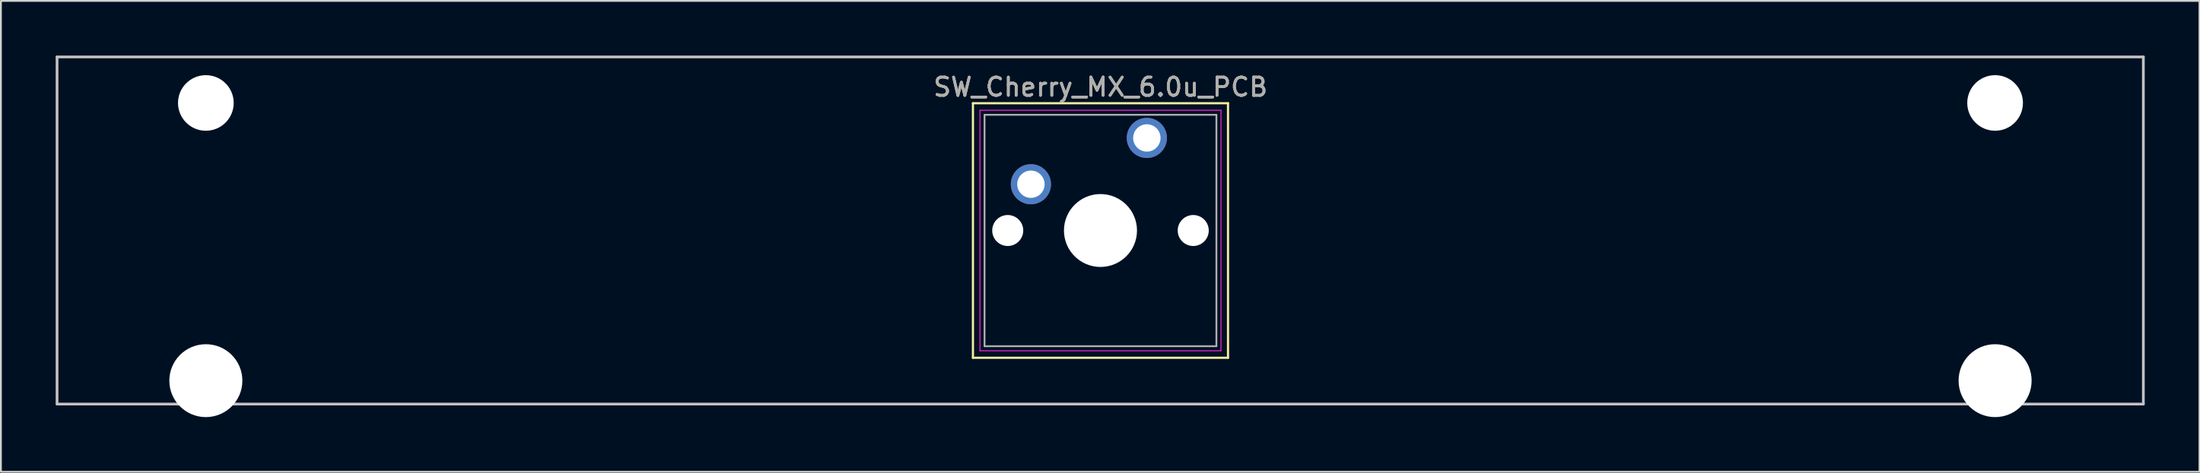
<source format=kicad_pcb>
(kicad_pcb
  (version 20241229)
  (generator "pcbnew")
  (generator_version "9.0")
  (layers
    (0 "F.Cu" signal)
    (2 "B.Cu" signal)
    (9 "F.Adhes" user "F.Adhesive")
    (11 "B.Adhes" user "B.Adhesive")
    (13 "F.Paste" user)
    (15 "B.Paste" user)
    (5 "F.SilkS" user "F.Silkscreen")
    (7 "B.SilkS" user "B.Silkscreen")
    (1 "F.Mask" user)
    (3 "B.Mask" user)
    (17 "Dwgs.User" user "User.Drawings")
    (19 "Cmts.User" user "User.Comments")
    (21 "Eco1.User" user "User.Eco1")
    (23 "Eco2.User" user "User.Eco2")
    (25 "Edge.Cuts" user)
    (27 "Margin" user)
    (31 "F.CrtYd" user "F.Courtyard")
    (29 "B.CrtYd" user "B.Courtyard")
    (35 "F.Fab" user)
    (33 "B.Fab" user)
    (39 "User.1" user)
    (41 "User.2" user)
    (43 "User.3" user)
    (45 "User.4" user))
  (footprint "SW_Cherry_MX_6.0u_PCB"
    (layer "F.Cu")
    (at 59.765 4.52)
    (property "Reference" "SW_Cherry_MX_6.0u_PCB" (at -2.54 -2.794 0) (layer "F.SilkS") (effects (font (size 1 1) (thickness 0.15))))
    (attr through_hole)
    (fp_line (start -9.525 -1.905) (end 4.445 -1.905) (stroke (width 0.12) (type solid)) (layer "F.SilkS"))
    (fp_line (start -9.525 12.065) (end -9.525 -1.905) (stroke (width 0.12) (type solid)) (layer "F.SilkS"))
    (fp_line (start 4.445 -1.905) (end 4.445 12.065) (stroke (width 0.12) (type solid)) (layer "F.SilkS"))
    (fp_line (start 4.445 12.065) (end -9.525 12.065) (stroke (width 0.12) (type solid)) (layer "F.SilkS"))
    (fp_line (start -59.69 -4.445) (end 54.58 -4.445) (stroke (width 0.15) (type solid)) (layer "Dwgs.User"))
    (fp_line (start -59.69 14.605) (end -59.69 -4.445) (stroke (width 0.15) (type solid)) (layer "Dwgs.User"))
    (fp_line (start 54.58 -4.445) (end 54.58 14.605) (stroke (width 0.15) (type solid)) (layer "Dwgs.User"))
    (fp_line (start 54.58 14.605) (end -59.69 14.605) (stroke (width 0.15) (type solid)) (layer "Dwgs.User"))
    (fp_line (start -9.14 -1.52) (end 4.06 -1.52) (stroke (width 0.05) (type solid)) (layer "F.CrtYd"))
    (fp_line (start -9.14 11.68) (end -9.14 -1.52) (stroke (width 0.05) (type solid)) (layer "F.CrtYd"))
    (fp_line (start 4.06 -1.52) (end 4.06 11.68) (stroke (width 0.05) (type solid)) (layer "F.CrtYd"))
    (fp_line (start 4.06 11.68) (end -9.14 11.68) (stroke (width 0.05) (type solid)) (layer "F.CrtYd"))
    (fp_line (start -8.89 -1.27) (end 3.81 -1.27) (stroke (width 0.1) (type solid)) (layer "F.Fab"))
    (fp_line (start -8.89 11.43) (end -8.89 -1.27) (stroke (width 0.1) (type solid)) (layer "F.Fab"))
    (fp_line (start 3.81 -1.27) (end 3.81 11.43) (stroke (width 0.1) (type solid)) (layer "F.Fab"))
    (fp_line (start 3.81 11.43) (end -8.89 11.43) (stroke (width 0.1) (type solid)) (layer "F.Fab"))
    (fp_text user "${REFERENCE}" (at -2.54 -2.794 0) (layer "F.Fab") (effects (font (size 1 1) (thickness 0.15))))
    (pad "" np_thru_hole circle (at -51.54 -1.92) (size 3.05 3.05) (drill 3.05) (layers "*.Cu" "*.Mask"))
    (pad "" np_thru_hole circle (at -51.54 13.32) (size 4 4) (drill 4) (layers "*.Cu" "*.Mask"))
    (pad "" np_thru_hole circle (at -7.62 5.08) (size 1.7 1.7) (drill 1.7) (layers "*.Cu" "*.Mask"))
    (pad "" np_thru_hole circle (at -2.54 5.08) (size 4 4) (drill 4) (layers "*.Cu" "*.Mask"))
    (pad "" np_thru_hole circle (at 2.54 5.08) (size 1.7 1.7) (drill 1.7) (layers "*.Cu" "*.Mask"))
    (pad "" np_thru_hole circle (at 46.46 -1.92) (size 3.05 3.05) (drill 3.05) (layers "*.Cu" "*.Mask"))
    (pad "" np_thru_hole circle (at 46.46 13.32) (size 4 4) (drill 4) (layers "*.Cu" "*.Mask"))
    (pad "1" thru_hole circle (at 0 0) (size 2.2 2.2) (drill 1.5) (layers "*.Cu" "*.Mask"))
    (pad "2" thru_hole circle (at -6.35 2.54) (size 2.2 2.2) (drill 1.5) (layers "*.Cu" "*.Mask")))
  (gr_rect
    (start -3 -3)
    (end 117.42 22.84)
    (stroke (width 0.1) (type default))
    (fill no)
    (layer "Edge.Cuts")))
</source>
